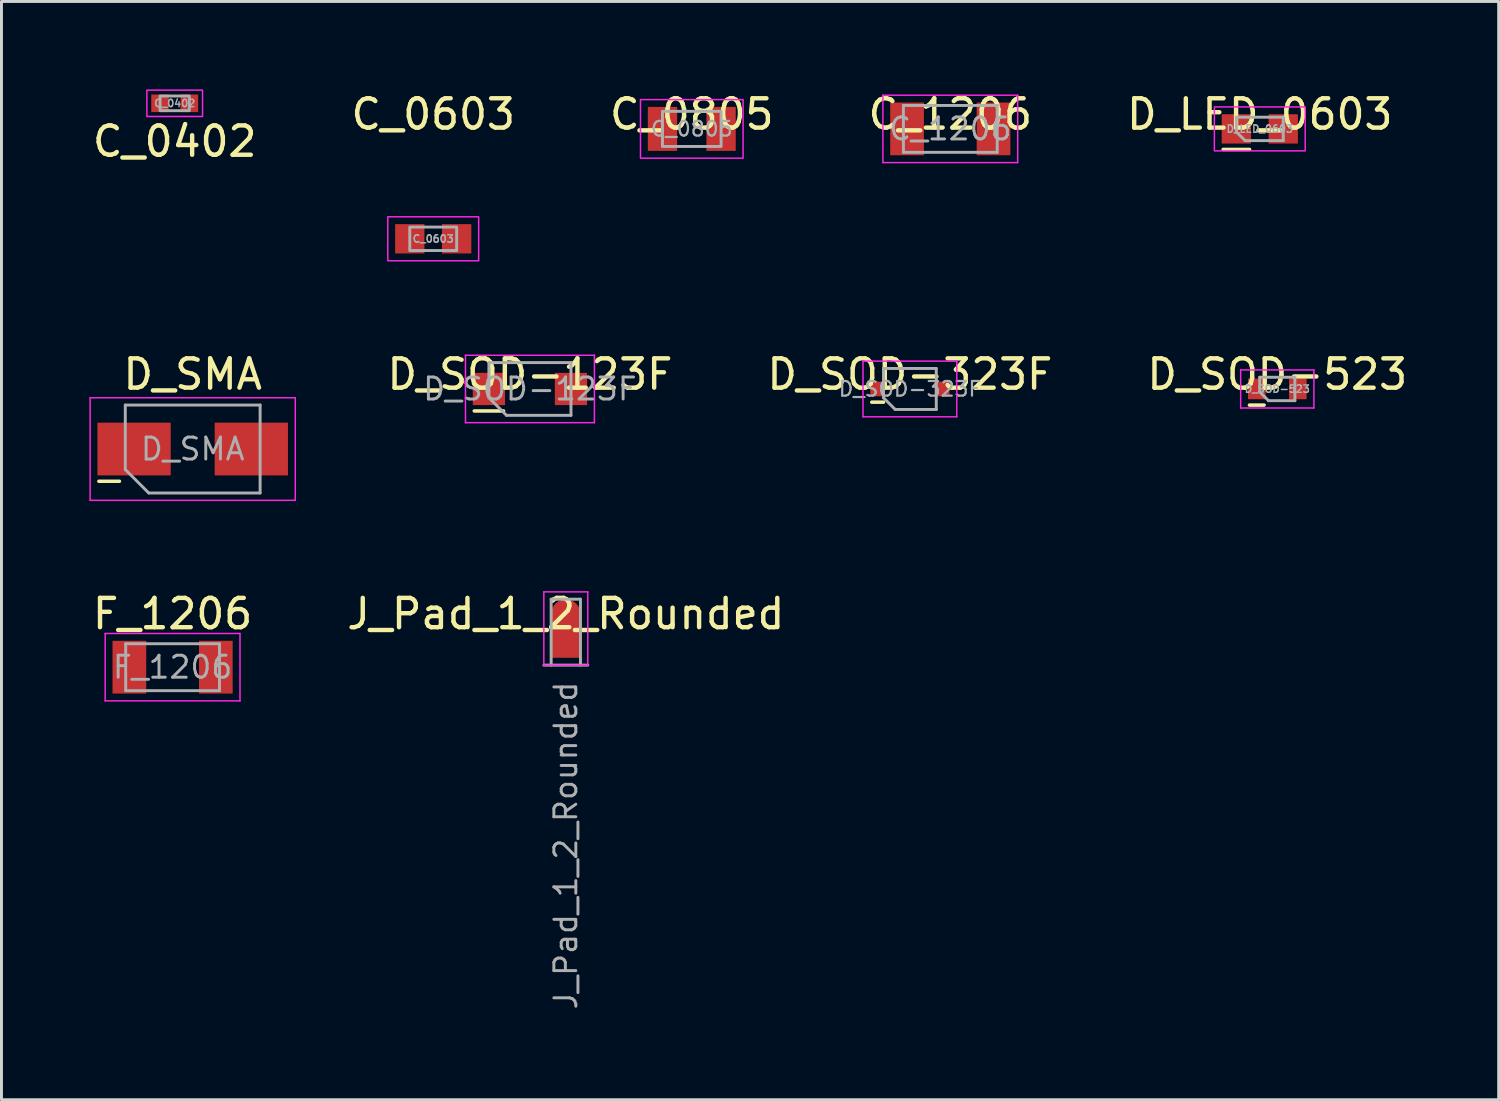
<source format=kicad_pcb>
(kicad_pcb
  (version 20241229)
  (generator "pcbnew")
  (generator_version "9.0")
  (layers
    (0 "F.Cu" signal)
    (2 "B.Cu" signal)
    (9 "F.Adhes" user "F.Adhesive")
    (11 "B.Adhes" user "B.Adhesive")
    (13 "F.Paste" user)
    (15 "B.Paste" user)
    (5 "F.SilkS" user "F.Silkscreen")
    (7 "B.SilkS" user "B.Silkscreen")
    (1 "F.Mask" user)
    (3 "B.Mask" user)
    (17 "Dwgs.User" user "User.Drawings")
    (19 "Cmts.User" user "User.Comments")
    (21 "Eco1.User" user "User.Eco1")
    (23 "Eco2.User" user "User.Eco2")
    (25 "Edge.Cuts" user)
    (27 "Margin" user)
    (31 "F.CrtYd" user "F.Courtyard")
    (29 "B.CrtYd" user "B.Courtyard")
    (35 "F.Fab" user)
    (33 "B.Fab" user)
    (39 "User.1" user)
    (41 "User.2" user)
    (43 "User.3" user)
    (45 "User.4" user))
  (footprint "C_1206"
    (layer "F.Cu")
    (at 29.375 1.348)
    (property "Reference" "C_1206" (at 0 -0.5 0) (unlocked yes) (layer "F.SilkS") (effects (font (size 1 1) (thickness 0.15))))
    (attr smd)
    (fp_line (start -2.3 -1.15) (end 2.3 -1.15) (stroke (width 0.05) (type solid)) (layer "F.CrtYd"))
    (fp_line (start -2.3 1.15) (end -2.3 -1.15) (stroke (width 0.05) (type solid)) (layer "F.CrtYd"))
    (fp_line (start 2.3 -1.15) (end 2.3 1.15) (stroke (width 0.05) (type solid)) (layer "F.CrtYd"))
    (fp_line (start 2.3 1.15) (end -2.3 1.15) (stroke (width 0.05) (type solid)) (layer "F.CrtYd"))
    (fp_line (start -1.6 -0.8) (end 1.6 -0.8) (stroke (width 0.1) (type solid)) (layer "F.Fab"))
    (fp_line (start -1.6 0.8) (end -1.6 -0.8) (stroke (width 0.1) (type solid)) (layer "F.Fab"))
    (fp_line (start 1.6 -0.8) (end 1.6 0.8) (stroke (width 0.1) (type solid)) (layer "F.Fab"))
    (fp_line (start 1.6 0.8) (end -1.6 0.8) (stroke (width 0.1) (type solid)) (layer "F.Fab"))
    (fp_text user "${REFERENCE}" (at 0 0 0) (layer "F.Fab") (effects (font (size 0.75 0.75) (thickness 0.1))))
    (pad "1" smd rect (at -1.475 0) (size 1.15 1.8) (layers "F.Cu" "F.Mask" "F.Paste"))
    (pad "2" smd rect (at 1.475 0) (size 1.15 1.8) (layers "F.Cu" "F.Mask" "F.Paste")))
  (footprint "J_Pad_1_2_Rounded"
    (layer "F.Cu")
    (at 16.256 18.395)
    (property "Reference" "J_Pad_1_2_Rounded" (at 0 -0.5 0) (unlocked yes) (layer "F.SilkS") (effects (font (size 1 1) (thickness 0.15))))
    (property "Value" "J_Pad_1_2_Rounded" (at 0 1 0) (unlocked yes) (layer "F.Fab") (hide yes) (effects (font (size 1 1) (thickness 0.15))))
    (attr smd exclude_from_pos_files exclude_from_bom)
    (fp_line (start -0.75 -1.25) (end 0.75 -1.25) (stroke (width 0.05) (type default)) (layer "F.CrtYd"))
    (fp_line (start -0.75 1.25) (end -0.75 -1.25) (stroke (width 0.05) (type default)) (layer "F.CrtYd"))
    (fp_line (start -0.75 1.25) (end 0.75 1.25) (stroke (width 0.05) (type default)) (layer "F.CrtYd"))
    (fp_line (start 0.75 -1.25) (end 0.75 1.25) (stroke (width 0.05) (type default)) (layer "F.CrtYd"))
    (fp_line (start -0.75 1.25) (end 0.75 1.25) (stroke (width 0.1) (type default)) (layer "F.Fab"))
    (fp_line (start -0.5 -1) (end -0.5 1.25) (stroke (width 0.1) (type default)) (layer "F.Fab"))
    (fp_line (start 0.5 -1) (end -0.5 -1) (stroke (width 0.1) (type default)) (layer "F.Fab"))
    (fp_line (start 0.5 1.25) (end 0.5 -1) (stroke (width 0.1) (type default)) (layer "F.Fab"))
    (fp_text user "${VALUE}" (at 0 1.75 90) (layer "F.Fab") (effects (font (size 0.75 0.75) (thickness 0.1)) (justify right)))
    (pad "1" smd roundrect (at 0 0 90) (size 2 1) (layers "F.Cu" "F.Mask") (roundrect_rratio 0.5) (chamfer_ratio 0) (chamfer top_left bottom_left)))
  (footprint "D_SMA"
    (layer "F.Cu")
    (at 3.525 12.271)
    (property "Reference" "D_SMA" (at 0 -2.55 0) (layer "F.SilkS") (effects (font (size 1 1) (thickness 0.15))))
    (attr smd)
    (fp_line (start -3.2 1.1) (end -2.5 1.1) (stroke (width 0.12) (type solid)) (layer "F.SilkS"))
    (fp_line (start -3.5 -1.75) (end 3.5 -1.75) (stroke (width 0.05) (type solid)) (layer "F.CrtYd"))
    (fp_line (start -3.5 1.75) (end -3.5 -1.75) (stroke (width 0.05) (type solid)) (layer "F.CrtYd"))
    (fp_line (start 3.5 -1.75) (end 3.5 1.75) (stroke (width 0.05) (type solid)) (layer "F.CrtYd"))
    (fp_line (start 3.5 1.75) (end -3.5 1.75) (stroke (width 0.05) (type solid)) (layer "F.CrtYd"))
    (fp_line (start -2.3 0.7) (end -2.3 -1.5) (stroke (width 0.1) (type default)) (layer "F.Fab"))
    (fp_line (start -1.5 1.5) (end -2.3 0.7) (stroke (width 0.1) (type default)) (layer "F.Fab"))
    (fp_line (start -1.5 1.5) (end 2.3 1.5) (stroke (width 0.1) (type default)) (layer "F.Fab"))
    (fp_line (start 2.3 -1.5) (end -2.3 -1.5) (stroke (width 0.1) (type solid)) (layer "F.Fab"))
    (fp_line (start 2.3 -1.5) (end 2.3 1.5) (stroke (width 0.1) (type solid)) (layer "F.Fab"))
    (fp_text user "${REFERENCE}" (at 0 0 0) (layer "F.Fab") (effects (font (size 0.75 0.75) (thickness 0.1))))
    (pad "1" smd rect (at -2 0) (size 2.5 1.8) (layers "F.Cu" "F.Mask" "F.Paste"))
    (pad "2" smd rect (at 2 0) (size 2.5 1.8) (layers "F.Cu" "F.Mask" "F.Paste")))
  (footprint "D_SOD-123F"
    (layer "F.Cu")
    (at 15.032 10.222)
    (property "Reference" "D_SOD-123F" (at 0 -0.5 0) (unlocked yes) (layer "F.SilkS") (effects (font (size 1 1) (thickness 0.15))))
    (attr smd)
    (fp_line (start -1.9 0.75) (end -0.9 0.75) (stroke (width 0.12) (type default)) (layer "F.SilkS"))
    (fp_line (start -2.2 -1.15) (end -2.2 1.15) (stroke (width 0.05) (type solid)) (layer "F.CrtYd"))
    (fp_line (start -2.2 -1.15) (end 2.2 -1.15) (stroke (width 0.05) (type solid)) (layer "F.CrtYd"))
    (fp_line (start 2.2 -1.15) (end 2.2 1.15) (stroke (width 0.05) (type solid)) (layer "F.CrtYd"))
    (fp_line (start 2.2 1.15) (end -2.2 1.15) (stroke (width 0.05) (type solid)) (layer "F.CrtYd"))
    (fp_line (start -1.4 -0.9) (end 1.4 -0.9) (stroke (width 0.1) (type solid)) (layer "F.Fab"))
    (fp_line (start -1.4 0.3) (end -1.4 -0.9) (stroke (width 0.1) (type default)) (layer "F.Fab"))
    (fp_line (start -0.8 0.9) (end -1.4 0.3) (stroke (width 0.1) (type default)) (layer "F.Fab"))
    (fp_line (start 1.4 -0.9) (end 1.4 0.9) (stroke (width 0.1) (type solid)) (layer "F.Fab"))
    (fp_line (start 1.4 0.9) (end -0.8 0.9) (stroke (width 0.1) (type default)) (layer "F.Fab"))
    (fp_text user "${REFERENCE}" (at 0 0 0) (layer "F.Fab") (effects (font (size 0.75 0.75) (thickness 0.1))))
    (pad "1" smd rect (at -1.4 0) (size 1.1 1.1) (layers "F.Cu" "F.Mask" "F.Paste"))
    (pad "2" smd rect (at 1.4 0) (size 1.1 1.1) (layers "F.Cu" "F.Mask" "F.Paste")))
  (footprint "C_0603"
    (layer "F.Cu")
    (at 11.732 5.098)
    (property "Reference" "C_0603" (at 0 -4.25 0) (unlocked yes) (layer "F.SilkS") (effects (font (size 1 1) (thickness 0.15))))
    (attr smd)
    (fp_rect (start -1.55 0.75) (end 1.55 -0.75) (stroke (width 0.05) (type default)) (fill no) (layer "F.CrtYd"))
    (fp_rect (start -0.8 0.4) (end 0.8 -0.4) (stroke (width 0.1) (type default)) (fill no) (layer "F.Fab"))
    (fp_text user "${REFERENCE}" (at 0 0 0) (layer "F.Fab") (effects (font (size 0.25 0.25) (thickness 0.05))))
    (pad "1" smd rect (at -0.8 0) (size 1 1) (layers "F.Cu" "F.Mask" "F.Paste"))
    (pad "2" smd rect (at 0.8 0) (size 1 1) (layers "F.Cu" "F.Mask" "F.Paste")))
  (footprint "D_LED_0603"
    (layer "F.Cu")
    (at 39.935 1.348)
    (property "Reference" "D_LED_0603" (at 0 -0.5 0) (unlocked yes) (layer "F.SilkS") (effects (font (size 1 1) (thickness 0.15))))
    (attr smd)
    (fp_line (start -1.25 0.7) (end -0.35 0.7) (stroke (width 0.12) (type default)) (layer "F.SilkS"))
    (fp_rect (start -1.55 0.75) (end 1.55 -0.75) (stroke (width 0.05) (type default)) (fill no) (layer "F.CrtYd"))
    (fp_line (start -0.8 -0.4) (end 0.8 -0.4) (stroke (width 0.1) (type solid)) (layer "F.Fab"))
    (fp_line (start -0.8 0.1) (end -0.8 -0.4) (stroke (width 0.1) (type solid)) (layer "F.Fab"))
    (fp_line (start -0.5 0.4) (end -0.8 0.1) (stroke (width 0.1) (type solid)) (layer "F.Fab"))
    (fp_line (start 0.8 -0.4) (end 0.8 0.4) (stroke (width 0.1) (type solid)) (layer "F.Fab"))
    (fp_line (start 0.8 0.4) (end -0.5 0.4) (stroke (width 0.1) (type solid)) (layer "F.Fab"))
    (fp_text user "${REFERENCE}" (at 0 0 0) (layer "F.Fab") (effects (font (size 0.25 0.25) (thickness 0.05))))
    (pad "1" smd rect (at -0.8 0) (size 1 1) (layers "F.Cu" "F.Mask" "F.Paste"))
    (pad "2" smd rect (at 0.8 0) (size 1 1) (layers "F.Cu" "F.Mask" "F.Paste")))
  (footprint "C_0805"
    (layer "F.Cu")
    (at 20.554 1.348)
    (property "Reference" "C_0805" (at 0 -0.5 0) (unlocked yes) (layer "F.SilkS") (effects (font (size 1 1) (thickness 0.15))))
    (attr smd)
    (fp_rect (start 1.75 1) (end -1.75 -1) (stroke (width 0.05) (type default)) (fill no) (layer "F.CrtYd"))
    (fp_rect (start -1 0.6) (end 1 -0.6) (stroke (width 0.1) (type default)) (fill no) (layer "F.Fab"))
    (fp_text user "${REFERENCE}" (at 0 0 0) (layer "F.Fab") (effects (font (size 0.5 0.5) (thickness 0.075))))
    (pad "1" smd rect (at -1 0) (size 1 1.5) (layers "F.Cu" "F.Mask" "F.Paste"))
    (pad "2" smd rect (at 1 0) (size 1 1.5) (layers "F.Cu" "F.Mask" "F.Paste")))
  (footprint "C_0402"
    (layer "F.Cu")
    (at 2.911 0.475)
    (property "Reference" "C_0402" (at 0 1.3 0) (unlocked yes) (layer "F.SilkS") (effects (font (size 1 1) (thickness 0.15))))
    (attr smd)
    (fp_rect (start -0.95 -0.45) (end 0.95 0.45) (stroke (width 0.05) (type default)) (fill no) (layer "F.CrtYd"))
    (fp_rect (start -0.5 -0.25) (end 0.5 0.25) (stroke (width 0.1) (type default)) (fill no) (layer "F.Fab"))
    (fp_text user "${REFERENCE}" (at 0 0 0) (layer "F.Fab") (effects (font (size 0.25 0.25) (thickness 0.05) (bold yes))))
    (pad "1" smd rect (at -0.5 0) (size 0.6 0.6) (layers "F.Cu" "F.Mask" "F.Paste"))
    (pad "2" smd rect (at 0.5 0) (size 0.6 0.6) (layers "F.Cu" "F.Mask" "F.Paste")))
  (footprint "D_SOD-323F"
    (layer "F.Cu")
    (at 27.996 10.222)
    (property "Reference" "D_SOD-323F" (at 0 -0.5 0) (unlocked yes) (layer "F.SilkS") (effects (font (size 1 1) (thickness 0.15))))
    (attr smd)
    (fp_line (start -1.3 0.45) (end -0.9 0.45) (stroke (width 0.12) (type default)) (layer "F.SilkS"))
    (fp_line (start -1.6 -0.95) (end -1.6 0.95) (stroke (width 0.05) (type solid)) (layer "F.CrtYd"))
    (fp_line (start -1.6 -0.95) (end 1.6 -0.95) (stroke (width 0.05) (type solid)) (layer "F.CrtYd"))
    (fp_line (start -1.6 0.95) (end 1.6 0.95) (stroke (width 0.05) (type solid)) (layer "F.CrtYd"))
    (fp_line (start 1.6 -0.95) (end 1.6 0.95) (stroke (width 0.05) (type solid)) (layer "F.CrtYd"))
    (fp_line (start -0.9 -0.7) (end 0.9 -0.7) (stroke (width 0.1) (type solid)) (layer "F.Fab"))
    (fp_line (start -0.9 0.3) (end -0.9 -0.7) (stroke (width 0.1) (type default)) (layer "F.Fab"))
    (fp_line (start -0.5 0.7) (end -0.9 0.3) (stroke (width 0.1) (type default)) (layer "F.Fab"))
    (fp_line (start 0.9 -0.7) (end 0.9 0.7) (stroke (width 0.1) (type solid)) (layer "F.Fab"))
    (fp_line (start 0.9 0.7) (end -0.5 0.7) (stroke (width 0.1) (type default)) (layer "F.Fab"))
    (fp_text user "${REFERENCE}" (at 0 0 0) (layer "F.Fab") (effects (font (size 0.5 0.5) (thickness 0.075))))
    (pad "1" smd rect (at -1.1 0) (size 0.5 0.5) (layers "F.Cu" "F.Mask" "F.Paste"))
    (pad "2" smd rect (at 1.1 0) (size 0.5 0.5) (layers "F.Cu" "F.Mask" "F.Paste")))
  (footprint "F_1206"
    (layer "F.Cu")
    (at 2.839 19.715)
    (property "Reference" "F_1206" (at 0 -1.82 0) (layer "F.SilkS") (effects (font (size 1 1) (thickness 0.15))))
    (attr smd)
    (fp_line (start -2.3 -1.15) (end 2.3 -1.15) (stroke (width 0.05) (type solid)) (layer "F.CrtYd"))
    (fp_line (start -2.3 1.15) (end -2.3 -1.15) (stroke (width 0.05) (type solid)) (layer "F.CrtYd"))
    (fp_line (start 2.3 -1.15) (end 2.3 1.15) (stroke (width 0.05) (type solid)) (layer "F.CrtYd"))
    (fp_line (start 2.3 1.15) (end -2.3 1.15) (stroke (width 0.05) (type solid)) (layer "F.CrtYd"))
    (fp_line (start -1.6 -0.8) (end 1.6 -0.8) (stroke (width 0.1) (type solid)) (layer "F.Fab"))
    (fp_line (start -1.6 0.8) (end -1.6 -0.8) (stroke (width 0.1) (type solid)) (layer "F.Fab"))
    (fp_line (start 1.6 -0.8) (end 1.6 0.8) (stroke (width 0.1) (type solid)) (layer "F.Fab"))
    (fp_line (start 1.6 0.8) (end -1.6 0.8) (stroke (width 0.1) (type solid)) (layer "F.Fab"))
    (fp_text user "${REFERENCE}" (at 0 0 0) (layer "F.Fab") (effects (font (size 0.75 0.75) (thickness 0.1))))
    (pad "1" smd rect (at -1.475 0) (size 1.15 1.8) (layers "F.Cu" "F.Mask" "F.Paste"))
    (pad "2" smd rect (at 1.475 0) (size 1.15 1.8) (layers "F.Cu" "F.Mask" "F.Paste")))
  (footprint "D_SOD-523"
    (layer "F.Cu")
    (at 40.532 10.222)
    (property "Reference" "D_SOD-523" (at 0 -0.5 0) (unlocked yes) (layer "F.SilkS") (effects (font (size 1 1) (thickness 0.15))))
    (attr smd)
    (fp_line (start -0.95 0.55) (end -0.45 0.55) (stroke (width 0.12) (type default)) (layer "F.SilkS"))
    (fp_line (start -1.25 -0.65) (end 1.25 -0.65) (stroke (width 0.05) (type solid)) (layer "F.CrtYd"))
    (fp_line (start -1.25 0.65) (end -1.25 -0.65) (stroke (width 0.05) (type solid)) (layer "F.CrtYd"))
    (fp_line (start 1.25 -0.65) (end 1.25 0.65) (stroke (width 0.05) (type solid)) (layer "F.CrtYd"))
    (fp_line (start 1.25 0.65) (end -1.25 0.65) (stroke (width 0.05) (type solid)) (layer "F.CrtYd"))
    (fp_line (start -0.6 -0.4) (end 0.6 -0.4) (stroke (width 0.1) (type default)) (layer "F.Fab"))
    (fp_line (start -0.6 0.1) (end -0.6 -0.4) (stroke (width 0.1) (type default)) (layer "F.Fab"))
    (fp_line (start -0.3 0.4) (end -0.6 0.1) (stroke (width 0.1) (type default)) (layer "F.Fab"))
    (fp_line (start 0.6 -0.4) (end 0.6 0.4) (stroke (width 0.1) (type default)) (layer "F.Fab"))
    (fp_line (start 0.6 0.4) (end -0.3 0.4) (stroke (width 0.1) (type default)) (layer "F.Fab"))
    (fp_text user "${REFERENCE}" (at 0 0 0) (layer "F.Fab") (effects (font (size 0.25 0.25) (thickness 0.05) (bold yes))))
    (pad "1" smd rect (at -0.7 0 180) (size 0.6 0.7) (layers "F.Cu" "F.Mask" "F.Paste"))
    (pad "2" smd rect (at 0.7 0 180) (size 0.6 0.7) (layers "F.Cu" "F.Mask" "F.Paste")))
  (gr_rect
    (start -3 -3)
    (end 48.086 34.473)
    (stroke (width 0.1) (type default))
    (fill no)
    (layer "Edge.Cuts")))
</source>
